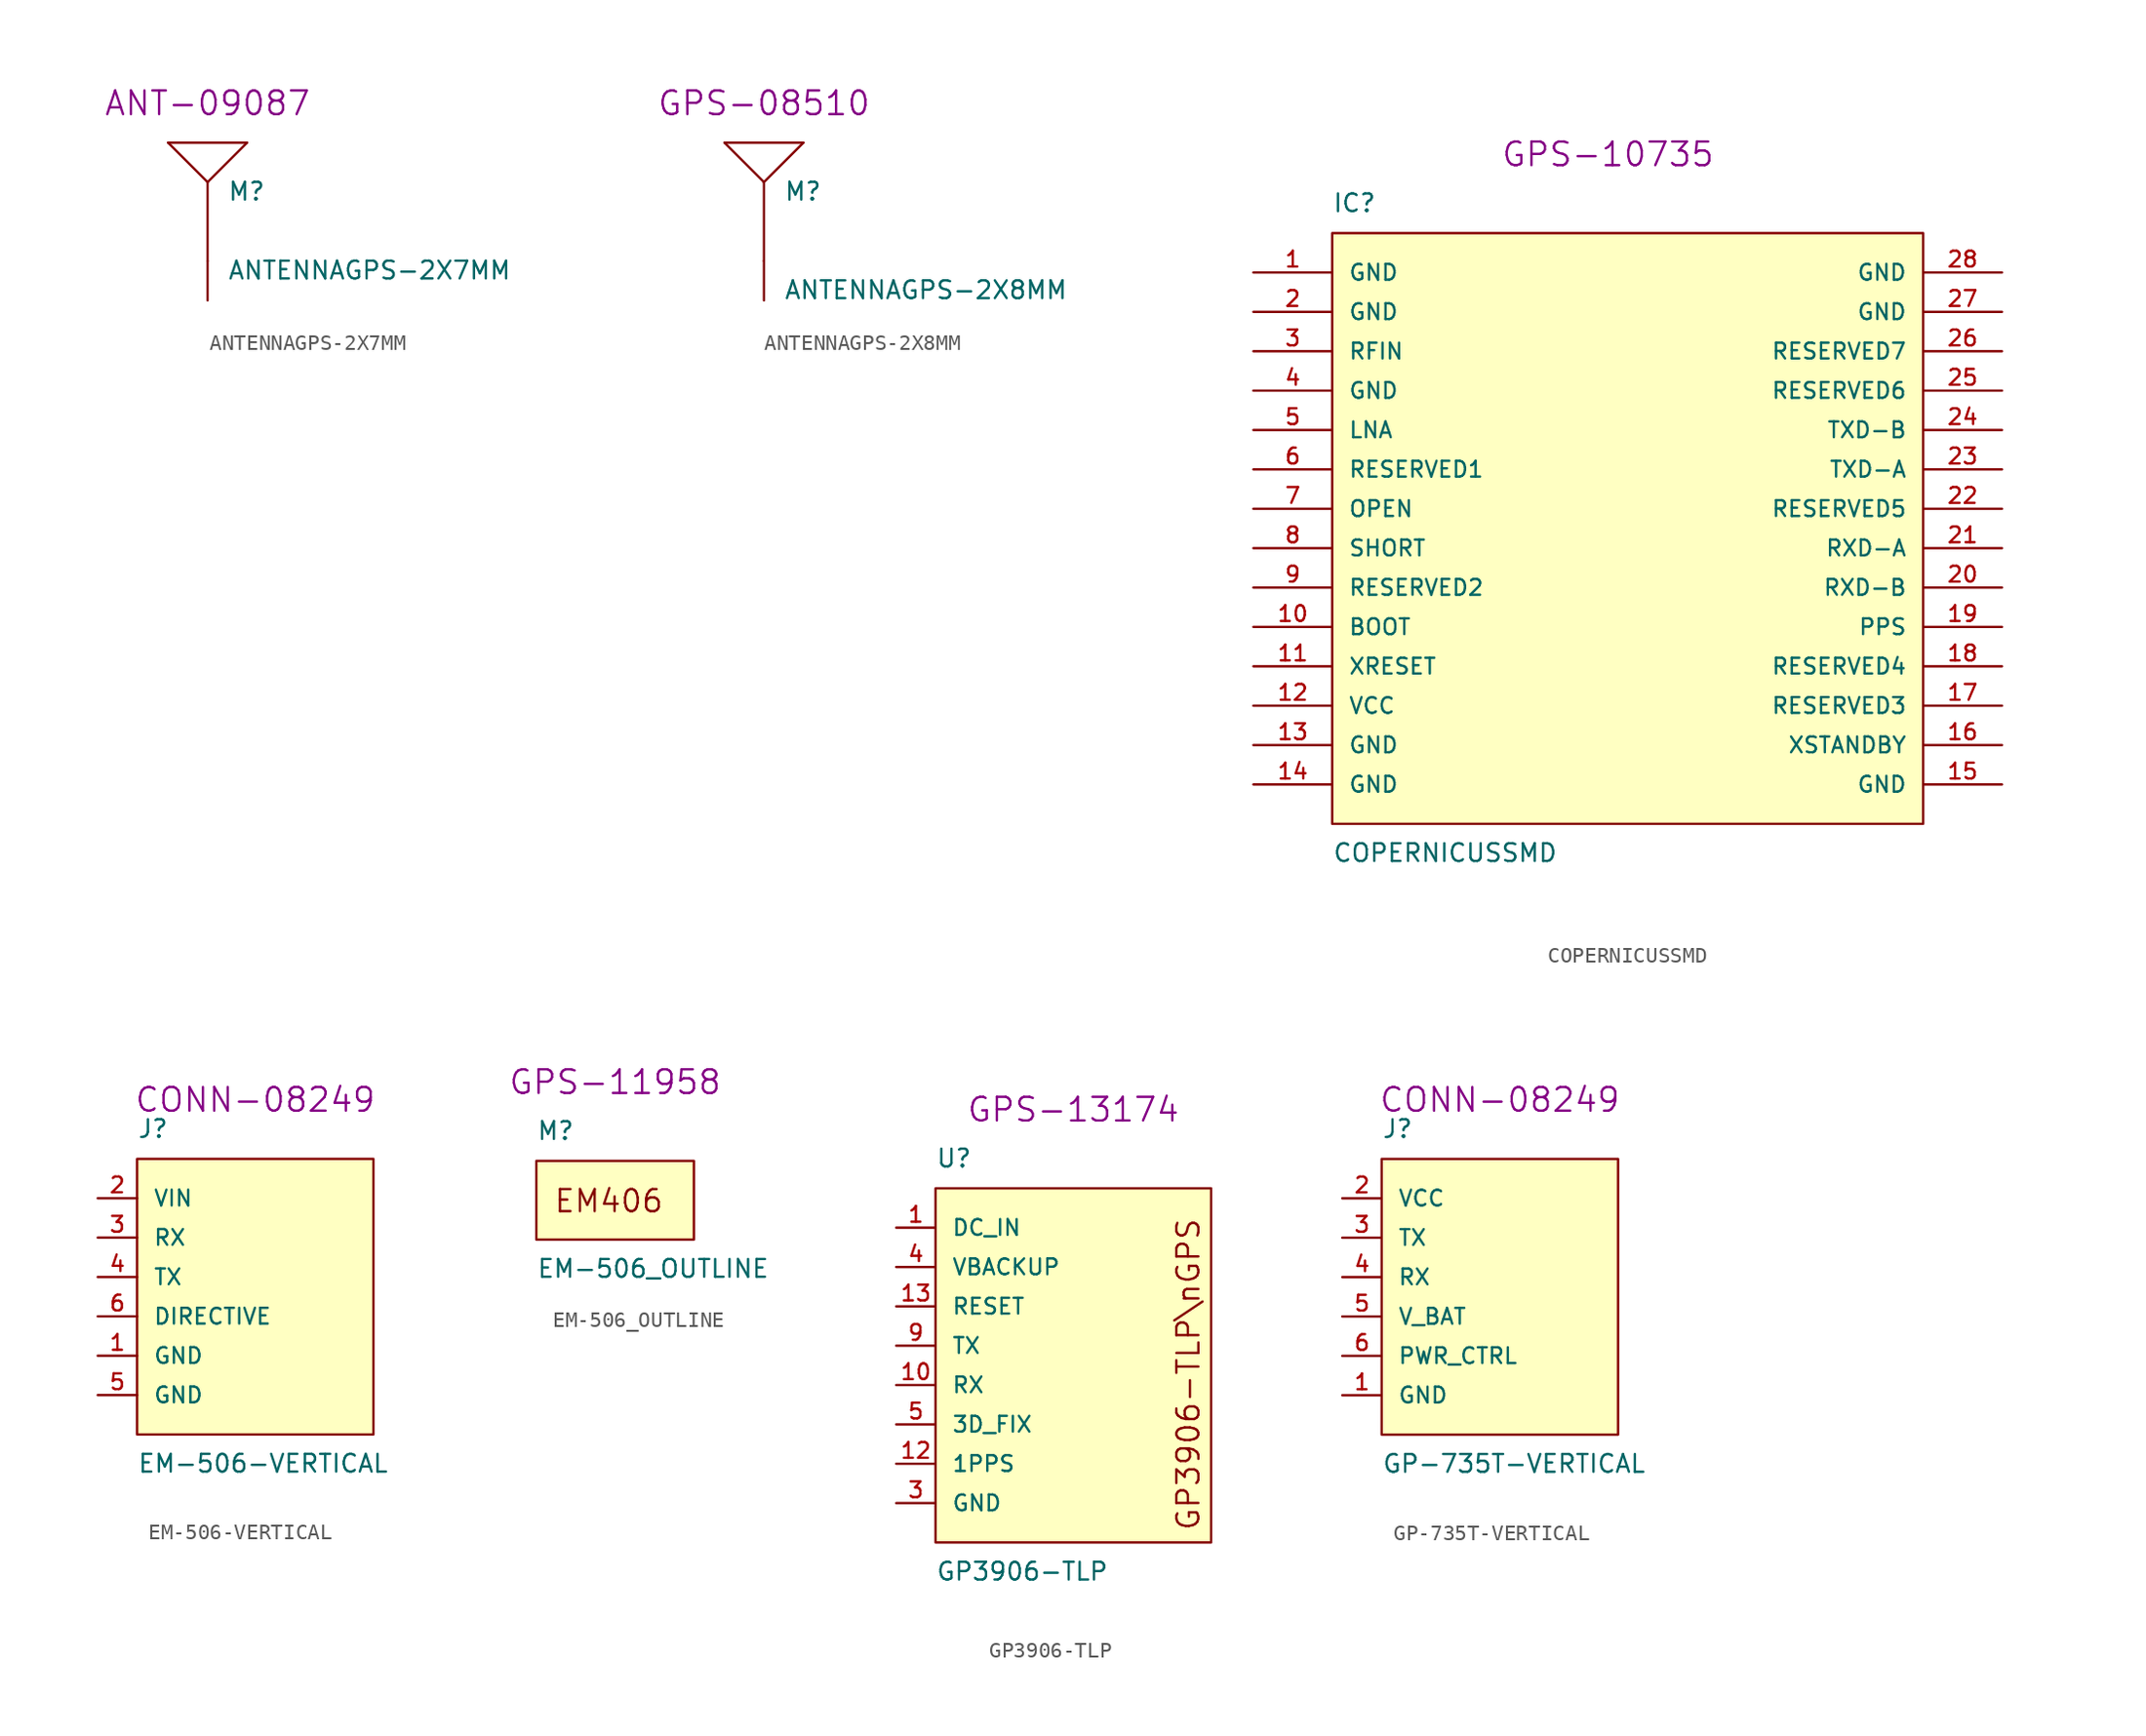
<source format=kicad_sym>
(kicad_symbol_lib
  (version 20220914)
  (generator kicad_symbol_editor)
  (symbol "ANTENNAGPS-2X7MM"
    (pin_numbers hide)
    (pin_names
      (offset 1.016) hide)
    (property "Reference" "M"
      (at 1.27 1.27 0)
      (effects (font (size 1.143 1.143)) (justify left bottom)))
    (property "Value" "ANTENNAGPS-2X7MM"
      (at 1.27 -3.81 0)
      (effects (font (size 1.143 1.143)) (justify left bottom)))
    (property "Field4" "ANT-09087"
      (at 0 7.62 0)
      (effects (font (size 1.524 1.524))))
    (property "ki_locked" ""
      (at 0 0 0)
      (effects (font (size 1.27 1.27))))
    (symbol "ANTENNAGPS-2X7MM_1_0"
      (polyline (pts (xy -2.54 5.08) (xy 2.54 5.08)) (stroke (width 0) (type solid)) (fill (type none)))
      (polyline (pts (xy 0 2.54) (xy -2.54 5.08)) (stroke (width 0) (type solid)) (fill (type none)))
      (polyline (pts (xy 0 2.54) (xy 0 -2.54)) (stroke (width 0) (type solid)) (fill (type none)))
      (polyline (pts (xy 0 2.54) (xy 2.54 5.08)) (stroke (width 0) (type solid)) (fill (type none))))
    (symbol "ANTENNAGPS-2X7MM_1_1"
      (pin bidirectional line (at 0 -5.08 90) (length 2.54) (name "SIGNAL" (effects (font (size 1.016 1.016)))) (number "1" (effects (font (size 1.016 1.016)))))))
  (symbol "ANTENNAGPS-2X8MM"
    (pin_numbers hide)
    (pin_names
      (offset 1.016) hide)
    (property "Reference" "M"
      (at 1.27 1.27 0)
      (effects (font (size 1.143 1.143)) (justify left bottom)))
    (property "Value" "ANTENNAGPS-2X8MM"
      (at 1.27 -5.08 0)
      (effects (font (size 1.143 1.143)) (justify left bottom)))
    (property "Field4" "GPS-08510"
      (at 0 7.62 0)
      (effects (font (size 1.524 1.524))))
    (property "ki_locked" ""
      (at 0 0 0)
      (effects (font (size 1.27 1.27))))
    (symbol "ANTENNAGPS-2X8MM_1_0"
      (polyline (pts (xy -2.54 5.08) (xy 2.54 5.08)) (stroke (width 0) (type solid)) (fill (type none)))
      (polyline (pts (xy 0 2.54) (xy -2.54 5.08)) (stroke (width 0) (type solid)) (fill (type none)))
      (polyline (pts (xy 0 2.54) (xy 0 -2.54)) (stroke (width 0) (type solid)) (fill (type none)))
      (polyline (pts (xy 0 2.54) (xy 2.54 5.08)) (stroke (width 0) (type solid)) (fill (type none))))
    (symbol "ANTENNAGPS-2X8MM_1_1"
      (pin bidirectional line (at 0 -5.08 90) (length 2.54) (name "SIGNAL" (effects (font (size 1.016 1.016)))) (number "SIG" (effects (font (size 1.016 1.016)))))))
  (symbol "COPERNICUSSMD"
    (pin_names
      (offset 1.016))
    (property "Reference" "IC"
      (at -17.78 19.05 0)
      (effects (font (size 1.143 1.143)) (justify left bottom)))
    (property "Value" "COPERNICUSSMD"
      (at -17.78 -22.86 0)
      (effects (font (size 1.143 1.143)) (justify left bottom)))
    (property "Field4" "GPS-10735"
      (at 0 22.86 0)
      (effects (font (size 1.524 1.524))))
    (property "ki_locked" ""
      (at 0 0 0)
      (effects (font (size 1.27 1.27))))
    (symbol "COPERNICUSSMD_1_1"
      (polyline (pts (xy -17.78 17.78) (xy 20.32 17.78) (xy 20.32 -20.32) (xy -17.78 -20.32) (xy -17.78 17.78)) (stroke (width 0) (type solid)) (fill (type background)))
      (pin bidirectional line (at -22.86 15.24 0) (length 5.08) (name "GND" (effects (font (size 1.016 1.016)))) (number "1" (effects (font (size 1.016 1.016)))))
      (pin bidirectional line (at -22.86 -7.62 0) (length 5.08) (name "BOOT" (effects (font (size 1.016 1.016)))) (number "10" (effects (font (size 1.016 1.016)))))
      (pin bidirectional line (at -22.86 -10.16 0) (length 5.08) (name "XRESET" (effects (font (size 1.016 1.016)))) (number "11" (effects (font (size 1.016 1.016)))))
      (pin bidirectional line (at -22.86 -12.7 0) (length 5.08) (name "VCC" (effects (font (size 1.016 1.016)))) (number "12" (effects (font (size 1.016 1.016)))))
      (pin bidirectional line (at -22.86 -15.24 0) (length 5.08) (name "GND" (effects (font (size 1.016 1.016)))) (number "13" (effects (font (size 1.016 1.016)))))
      (pin bidirectional line (at -22.86 -17.78 0) (length 5.08) (name "GND" (effects (font (size 1.016 1.016)))) (number "14" (effects (font (size 1.016 1.016)))))
      (pin bidirectional line (at 25.4 -17.78 180) (length 5.08) (name "GND" (effects (font (size 1.016 1.016)))) (number "15" (effects (font (size 1.016 1.016)))))
      (pin bidirectional line (at 25.4 -15.24 180) (length 5.08) (name "XSTANDBY" (effects (font (size 1.016 1.016)))) (number "16" (effects (font (size 1.016 1.016)))))
      (pin bidirectional line (at 25.4 -12.7 180) (length 5.08) (name "RESERVED3" (effects (font (size 1.016 1.016)))) (number "17" (effects (font (size 1.016 1.016)))))
      (pin bidirectional line (at 25.4 -10.16 180) (length 5.08) (name "RESERVED4" (effects (font (size 1.016 1.016)))) (number "18" (effects (font (size 1.016 1.016)))))
      (pin bidirectional line (at 25.4 -7.62 180) (length 5.08) (name "PPS" (effects (font (size 1.016 1.016)))) (number "19" (effects (font (size 1.016 1.016)))))
      (pin bidirectional line (at -22.86 12.7 0) (length 5.08) (name "GND" (effects (font (size 1.016 1.016)))) (number "2" (effects (font (size 1.016 1.016)))))
      (pin bidirectional line (at 25.4 -5.08 180) (length 5.08) (name "RXD-B" (effects (font (size 1.016 1.016)))) (number "20" (effects (font (size 1.016 1.016)))))
      (pin bidirectional line (at 25.4 -2.54 180) (length 5.08) (name "RXD-A" (effects (font (size 1.016 1.016)))) (number "21" (effects (font (size 1.016 1.016)))))
      (pin bidirectional line (at 25.4 0 180) (length 5.08) (name "RESERVED5" (effects (font (size 1.016 1.016)))) (number "22" (effects (font (size 1.016 1.016)))))
      (pin bidirectional line (at 25.4 2.54 180) (length 5.08) (name "TXD-A" (effects (font (size 1.016 1.016)))) (number "23" (effects (font (size 1.016 1.016)))))
      (pin bidirectional line (at 25.4 5.08 180) (length 5.08) (name "TXD-B" (effects (font (size 1.016 1.016)))) (number "24" (effects (font (size 1.016 1.016)))))
      (pin bidirectional line (at 25.4 7.62 180) (length 5.08) (name "RESERVED6" (effects (font (size 1.016 1.016)))) (number "25" (effects (font (size 1.016 1.016)))))
      (pin bidirectional line (at 25.4 10.16 180) (length 5.08) (name "RESERVED7" (effects (font (size 1.016 1.016)))) (number "26" (effects (font (size 1.016 1.016)))))
      (pin bidirectional line (at 25.4 12.7 180) (length 5.08) (name "GND" (effects (font (size 1.016 1.016)))) (number "27" (effects (font (size 1.016 1.016)))))
      (pin bidirectional line (at 25.4 15.24 180) (length 5.08) (name "GND" (effects (font (size 1.016 1.016)))) (number "28" (effects (font (size 1.016 1.016)))))
      (pin bidirectional line (at -22.86 10.16 0) (length 5.08) (name "RFIN" (effects (font (size 1.016 1.016)))) (number "3" (effects (font (size 1.016 1.016)))))
      (pin bidirectional line (at -22.86 7.62 0) (length 5.08) (name "GND" (effects (font (size 1.016 1.016)))) (number "4" (effects (font (size 1.016 1.016)))))
      (pin bidirectional line (at -22.86 5.08 0) (length 5.08) (name "LNA" (effects (font (size 1.016 1.016)))) (number "5" (effects (font (size 1.016 1.016)))))
      (pin bidirectional line (at -22.86 2.54 0) (length 5.08) (name "RESERVED1" (effects (font (size 1.016 1.016)))) (number "6" (effects (font (size 1.016 1.016)))))
      (pin bidirectional line (at -22.86 0 0) (length 5.08) (name "OPEN" (effects (font (size 1.016 1.016)))) (number "7" (effects (font (size 1.016 1.016)))))
      (pin bidirectional line (at -22.86 -2.54 0) (length 5.08) (name "SHORT" (effects (font (size 1.016 1.016)))) (number "8" (effects (font (size 1.016 1.016)))))
      (pin bidirectional line (at -22.86 -5.08 0) (length 5.08) (name "RESERVED2" (effects (font (size 1.016 1.016)))) (number "9" (effects (font (size 1.016 1.016)))))))
  (symbol "EM-506-VERTICAL"
    (pin_names
      (offset 1.016))
    (property "Reference" "J"
      (at -7.62 8.89 0)
      (effects (font (size 1.143 1.143)) (justify left bottom)))
    (property "Value" "EM-506-VERTICAL"
      (at -7.62 -12.7 0)
      (effects (font (size 1.143 1.143)) (justify left bottom)))
    (property "Field4" "CONN-08249"
      (at 0 11.43 0)
      (effects (font (size 1.524 1.524))))
    (property "ki_locked" ""
      (at 0 0 0)
      (effects (font (size 1.27 1.27))))
    (symbol "EM-506-VERTICAL_1_1"
      (polyline (pts (xy -7.62 7.62) (xy -7.62 -10.16) (xy 7.62 -10.16) (xy 7.62 7.62) (xy -7.62 7.62)) (stroke (width 0) (type solid)) (fill (type background)))
      (pin bidirectional line (at -10.16 -5.08 0) (length 2.54) (name "GND" (effects (font (size 1.016 1.016)))) (number "1" (effects (font (size 1.016 1.016)))))
      (pin bidirectional line (at -10.16 5.08 0) (length 2.54) (name "VIN" (effects (font (size 1.016 1.016)))) (number "2" (effects (font (size 1.016 1.016)))))
      (pin bidirectional line (at -10.16 2.54 0) (length 2.54) (name "RX" (effects (font (size 1.016 1.016)))) (number "3" (effects (font (size 1.016 1.016)))))
      (pin bidirectional line (at -10.16 0 0) (length 2.54) (name "TX" (effects (font (size 1.016 1.016)))) (number "4" (effects (font (size 1.016 1.016)))))
      (pin bidirectional line (at -10.16 -7.62 0) (length 2.54) (name "GND" (effects (font (size 1.016 1.016)))) (number "5" (effects (font (size 1.016 1.016)))))
      (pin bidirectional line (at -10.16 -2.54 0) (length 2.54) (name "DIRECTIVE" (effects (font (size 1.016 1.016)))) (number "6" (effects (font (size 1.016 1.016)))))))
  (symbol "EM-506_OUTLINE"
    (pin_numbers hide)
    (pin_names
      (offset 1.016) hide)
    (property "Reference" "M"
      (at -5.08 3.81 0)
      (effects (font (size 1.143 1.143)) (justify left bottom)))
    (property "Value" "EM-506_OUTLINE"
      (at -5.08 -5.08 0)
      (effects (font (size 1.143 1.143)) (justify left bottom)))
    (property "Field4" "GPS-11958"
      (at 0 7.62 0)
      (effects (font (size 1.524 1.524))))
    (property "ki_locked" ""
      (at 0 0 0)
      (effects (font (size 1.27 1.27))))
    (symbol "EM-506_OUTLINE_1_0"
      (text "EM406" (at -0.406 -0.051 0) (effects (font (size 1.422 1.422)))))
    (symbol "EM-506_OUTLINE_1_1"
      (polyline (pts (xy -5.08 -2.54) (xy -5.08 2.54) (xy 5.08 2.54) (xy 5.08 -2.54) (xy -5.08 -2.54)) (stroke (width 0) (type solid)) (fill (type background)))))
  (symbol "GP3906-TLP"
    (pin_names
      (offset 1.016))
    (property "Reference" "U"
      (at -8.89 13.97 0)
      (effects (font (size 1.143 1.143)) (justify left bottom)))
    (property "Value" "GP3906-TLP"
      (at -8.89 -12.7 0)
      (effects (font (size 1.143 1.143)) (justify left bottom)))
    (property "Field4" "GPS-13174"
      (at 0 17.78 0)
      (effects (font (size 1.524 1.524))))
    (property "ki_locked" ""
      (at 0 0 0)
      (effects (font (size 1.27 1.27))))
    (symbol "GP3906-TLP_1_0"
      (text "GP3906-TLP\\nGPS" (at 7.417 0.686 900) (effects (font (size 1.422 1.422)))))
    (symbol "GP3906-TLP_1_1"
      (polyline (pts (xy -8.89 -10.16) (xy -8.89 12.7) (xy 8.89 12.7) (xy 8.89 -10.16) (xy -8.89 -10.16)) (stroke (width 0) (type solid)) (fill (type background)))
      (pin bidirectional line (at -11.43 10.16 0) (length 2.54) (name "DC_IN" (effects (font (size 1.016 1.016)))) (number "1" (effects (font (size 1.016 1.016)))))
      (pin bidirectional line (at -11.43 0 0) (length 2.54) (name "RX" (effects (font (size 1.016 1.016)))) (number "10" (effects (font (size 1.016 1.016)))))
      (pin bidirectional line (at -11.43 -7.62 0) (length 2.54) hide (name "GND" (effects (font (size 1.016 1.016)))) (number "11" (effects (font (size 1.016 1.016)))))
      (pin bidirectional line (at -11.43 -5.08 0) (length 2.54) (name "1PPS" (effects (font (size 1.016 1.016)))) (number "12" (effects (font (size 1.016 1.016)))))
      (pin bidirectional line (at -11.43 5.08 0) (length 2.54) (name "RESET" (effects (font (size 1.016 1.016)))) (number "13" (effects (font (size 1.016 1.016)))))
      (pin bidirectional line (at -11.43 -7.62 0) (length 2.54) hide (name "GND" (effects (font (size 1.016 1.016)))) (number "20" (effects (font (size 1.016 1.016)))))
      (pin bidirectional line (at -11.43 -7.62 0) (length 2.54) (name "GND" (effects (font (size 1.016 1.016)))) (number "3" (effects (font (size 1.016 1.016)))))
      (pin bidirectional line (at -11.43 7.62 0) (length 2.54) (name "VBACKUP" (effects (font (size 1.016 1.016)))) (number "4" (effects (font (size 1.016 1.016)))))
      (pin bidirectional line (at -11.43 -2.54 0) (length 2.54) (name "3D_FIX" (effects (font (size 1.016 1.016)))) (number "5" (effects (font (size 1.016 1.016)))))
      (pin bidirectional line (at -11.43 -7.62 0) (length 2.54) hide (name "GND" (effects (font (size 1.016 1.016)))) (number "8" (effects (font (size 1.016 1.016)))))
      (pin bidirectional line (at -11.43 2.54 0) (length 2.54) (name "TX" (effects (font (size 1.016 1.016)))) (number "9" (effects (font (size 1.016 1.016)))))))
  (symbol "GP-735T-VERTICAL"
    (pin_names
      (offset 1.016))
    (property "Reference" "J"
      (at -7.62 8.89 0)
      (effects (font (size 1.143 1.143)) (justify left bottom)))
    (property "Value" "GP-735T-VERTICAL"
      (at -7.62 -12.7 0)
      (effects (font (size 1.143 1.143)) (justify left bottom)))
    (property "Field4" "CONN-08249"
      (at 0 11.43 0)
      (effects (font (size 1.524 1.524))))
    (property "ki_locked" ""
      (at 0 0 0)
      (effects (font (size 1.27 1.27))))
    (symbol "GP-735T-VERTICAL_1_1"
      (polyline (pts (xy -7.62 7.62) (xy -7.62 -10.16) (xy 7.62 -10.16) (xy 7.62 7.62) (xy -7.62 7.62)) (stroke (width 0) (type solid)) (fill (type background)))
      (pin bidirectional line (at -10.16 -7.62 0) (length 2.54) (name "GND" (effects (font (size 1.016 1.016)))) (number "1" (effects (font (size 1.016 1.016)))))
      (pin bidirectional line (at -10.16 5.08 0) (length 2.54) (name "VCC" (effects (font (size 1.016 1.016)))) (number "2" (effects (font (size 1.016 1.016)))))
      (pin bidirectional line (at -10.16 2.54 0) (length 2.54) (name "TX" (effects (font (size 1.016 1.016)))) (number "3" (effects (font (size 1.016 1.016)))))
      (pin bidirectional line (at -10.16 0 0) (length 2.54) (name "RX" (effects (font (size 1.016 1.016)))) (number "4" (effects (font (size 1.016 1.016)))))
      (pin bidirectional line (at -10.16 -2.54 0) (length 2.54) (name "V_BAT" (effects (font (size 1.016 1.016)))) (number "5" (effects (font (size 1.016 1.016)))))
      (pin bidirectional line (at -10.16 -5.08 0) (length 2.54) (name "PWR_CTRL" (effects (font (size 1.016 1.016)))) (number "6" (effects (font (size 1.016 1.016))))))))
</source>
